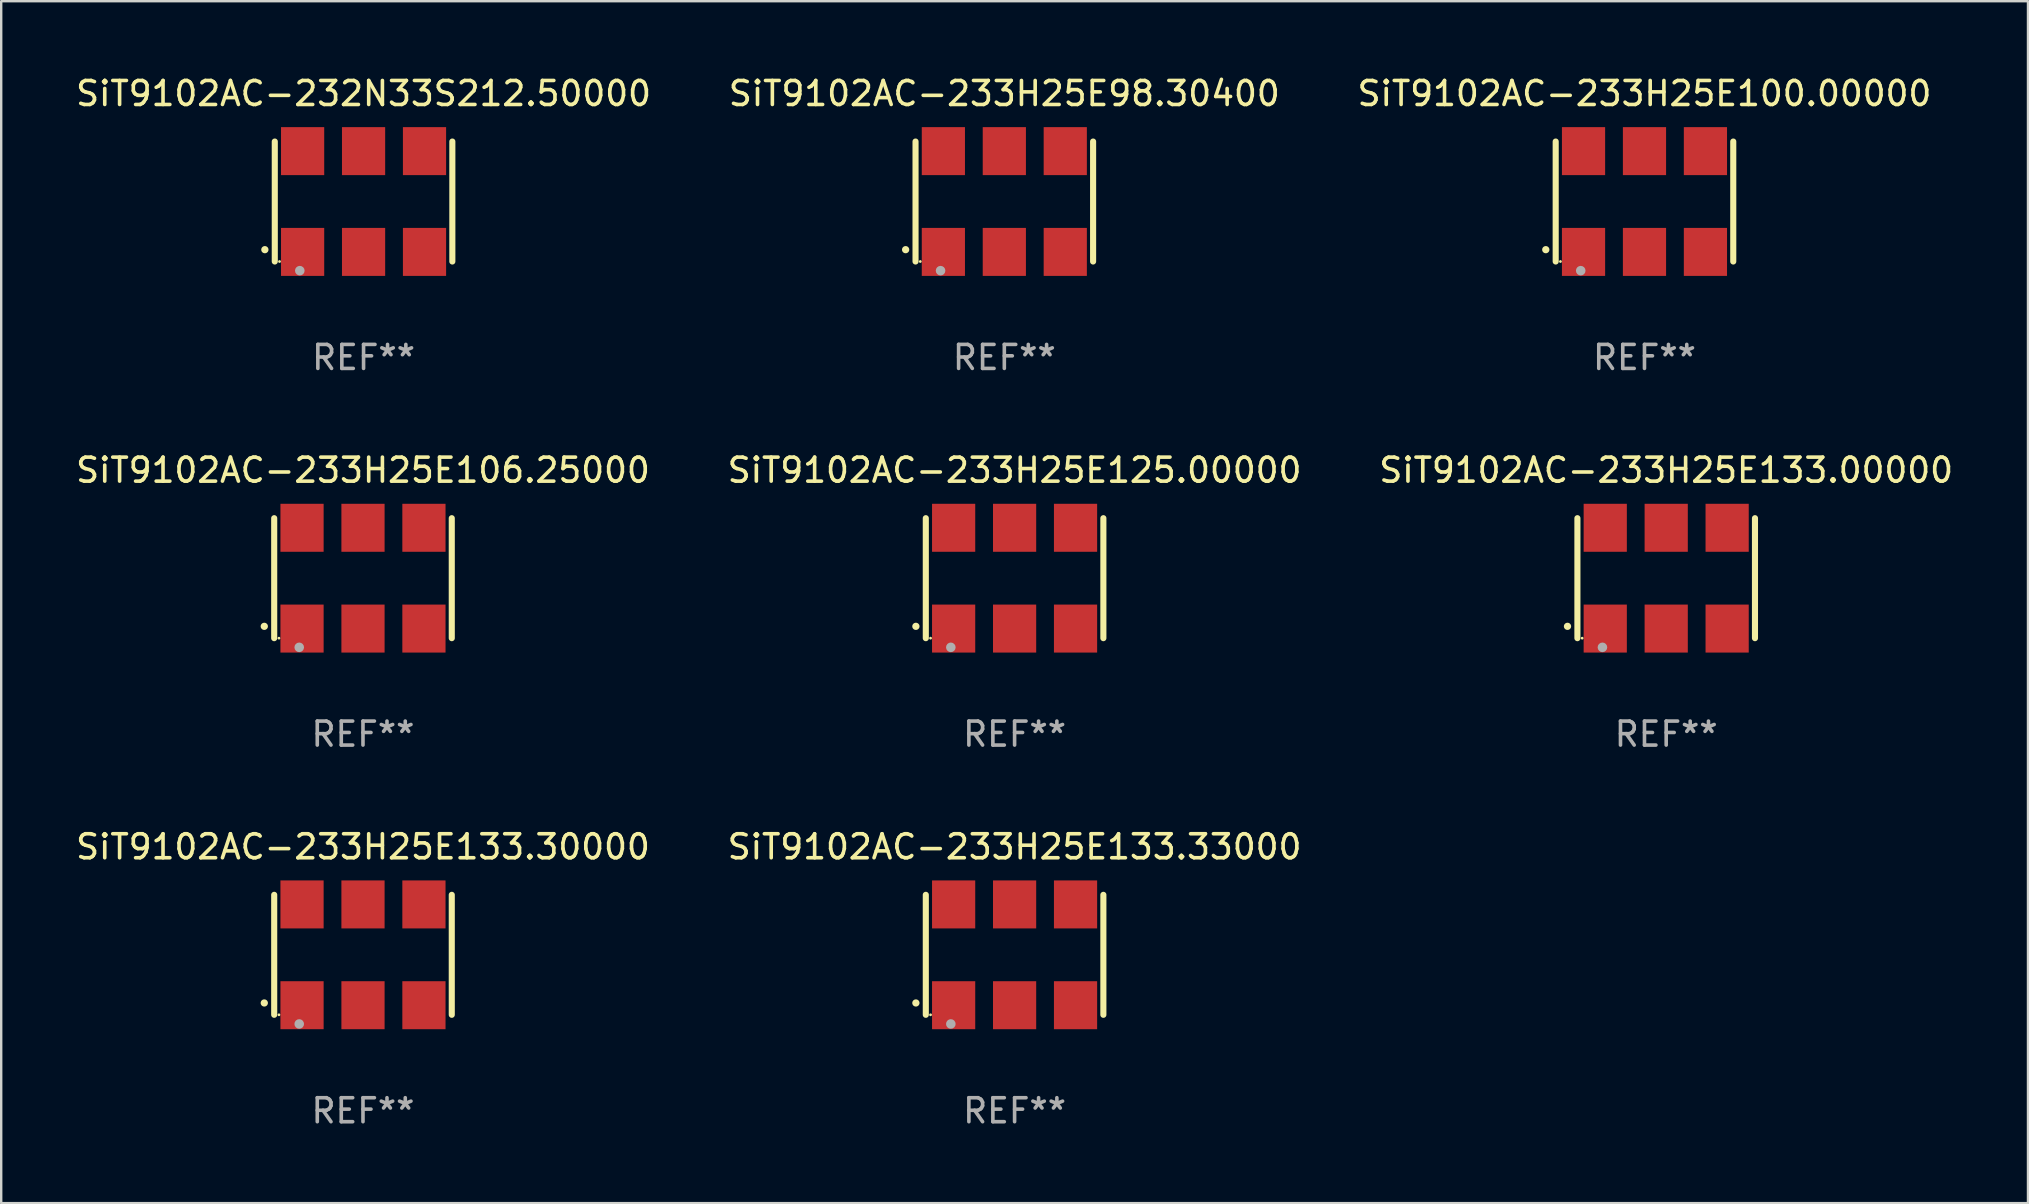
<source format=kicad_pcb>
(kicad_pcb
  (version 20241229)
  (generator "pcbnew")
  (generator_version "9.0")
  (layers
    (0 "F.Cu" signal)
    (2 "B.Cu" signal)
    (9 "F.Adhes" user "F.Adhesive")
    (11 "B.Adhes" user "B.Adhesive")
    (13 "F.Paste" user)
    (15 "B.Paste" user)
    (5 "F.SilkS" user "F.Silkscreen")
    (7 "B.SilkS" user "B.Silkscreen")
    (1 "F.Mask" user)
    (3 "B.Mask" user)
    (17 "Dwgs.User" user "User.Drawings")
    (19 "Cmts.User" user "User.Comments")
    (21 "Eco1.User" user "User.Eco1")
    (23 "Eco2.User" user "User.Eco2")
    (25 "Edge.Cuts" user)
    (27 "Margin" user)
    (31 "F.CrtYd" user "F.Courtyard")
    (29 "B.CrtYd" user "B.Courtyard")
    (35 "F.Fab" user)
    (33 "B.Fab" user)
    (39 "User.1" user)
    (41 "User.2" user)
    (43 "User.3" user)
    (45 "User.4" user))
  (footprint "SiT9102AC-233H25E106.25000"
    (layer "F.Cu")
    (at 12.077 21.045)
    (property "Reference" "SiT9102AC-233H25E106.25000" (at 0 -4.5 0) (layer "F.SilkS") (effects (font (size 1 1) (thickness 0.15))))
    (attr through_hole)
    (fp_line (start -3.7 -2.5) (end -3.7 2.5) (stroke (width 0.254) (type solid)) (layer "F.SilkS"))
    (fp_line (start 3.7 -2.5) (end 3.7 2.5) (stroke (width 0.254) (type solid)) (layer "F.SilkS"))
    (fp_arc (start -4.114415 2.006604) (mid -4.113145 2.006599) (end -4.111875 2.006604) (stroke (width 0.3) (type solid)) (layer "F.SilkS"))
    (fp_circle (center -3.502 2.5) (end -3.472 2.5) (stroke (width 0.06) (type solid)) (fill no) (layer "F.SilkS"))
    (fp_circle (center -2.657 2.882) (end -2.557 2.882) (stroke (width 0.2) (type solid)) (fill no) (layer "F.Fab"))
    (fp_text user "REF**" (at 0 6.5 0) (layer "F.Fab") (effects (font (size 1 1) (thickness 0.15))))
    (pad "1" smd rect (at -2.54 2.1) (size 1.8 2) (layers "F.Cu" "F.Mask" "F.Paste"))
    (pad "2" smd rect (at 0.000394 2.1) (size 1.8 2) (layers "F.Cu" "F.Mask" "F.Paste"))
    (pad "3" smd rect (at 2.54 2.1) (size 1.8 2) (layers "F.Cu" "F.Mask" "F.Paste"))
    (pad "4" smd rect (at 2.54 -2.1) (size 1.8 2) (layers "F.Cu" "F.Mask" "F.Paste"))
    (pad "5" smd rect (at 0.000394 -2.1) (size 1.8 2) (layers "F.Cu" "F.Mask" "F.Paste"))
    (pad "6" smd rect (at -2.54 -2.1) (size 1.8 2) (layers "F.Cu" "F.Mask" "F.Paste")))
  (footprint "SiT9102AC-233H25E100.00000"
    (layer "F.Cu")
    (at 65.482 5.348)
    (property "Reference" "SiT9102AC-233H25E100.00000" (at 0 -4.5 0) (layer "F.SilkS") (effects (font (size 1 1) (thickness 0.15))))
    (attr through_hole)
    (fp_line (start -3.7 -2.5) (end -3.7 2.5) (stroke (width 0.254) (type solid)) (layer "F.SilkS"))
    (fp_line (start 3.7 -2.5) (end 3.7 2.5) (stroke (width 0.254) (type solid)) (layer "F.SilkS"))
    (fp_arc (start -4.114415 2.006604) (mid -4.113145 2.006599) (end -4.111875 2.006604) (stroke (width 0.3) (type solid)) (layer "F.SilkS"))
    (fp_circle (center -3.502 2.5) (end -3.472 2.5) (stroke (width 0.06) (type solid)) (fill no) (layer "F.SilkS"))
    (fp_circle (center -2.657 2.882) (end -2.557 2.882) (stroke (width 0.2) (type solid)) (fill no) (layer "F.Fab"))
    (fp_text user "REF**" (at 0 6.5 0) (layer "F.Fab") (effects (font (size 1 1) (thickness 0.15))))
    (pad "1" smd rect (at -2.54 2.1) (size 1.8 2) (layers "F.Cu" "F.Mask" "F.Paste"))
    (pad "2" smd rect (at 0.000394 2.1) (size 1.8 2) (layers "F.Cu" "F.Mask" "F.Paste"))
    (pad "3" smd rect (at 2.54 2.1) (size 1.8 2) (layers "F.Cu" "F.Mask" "F.Paste"))
    (pad "4" smd rect (at 2.54 -2.1) (size 1.8 2) (layers "F.Cu" "F.Mask" "F.Paste"))
    (pad "5" smd rect (at 0.000394 -2.1) (size 1.8 2) (layers "F.Cu" "F.Mask" "F.Paste"))
    (pad "6" smd rect (at -2.54 -2.1) (size 1.8 2) (layers "F.Cu" "F.Mask" "F.Paste")))
  (footprint "SiT9102AC-233H25E133.30000"
    (layer "F.Cu")
    (at 12.077 36.741)
    (property "Reference" "SiT9102AC-233H25E133.30000" (at 0 -4.5 0) (layer "F.SilkS") (effects (font (size 1 1) (thickness 0.15))))
    (attr through_hole)
    (fp_line (start -3.7 -2.5) (end -3.7 2.5) (stroke (width 0.254) (type solid)) (layer "F.SilkS"))
    (fp_line (start 3.7 -2.5) (end 3.7 2.5) (stroke (width 0.254) (type solid)) (layer "F.SilkS"))
    (fp_arc (start -4.114415 2.006604) (mid -4.113145 2.006599) (end -4.111875 2.006604) (stroke (width 0.3) (type solid)) (layer "F.SilkS"))
    (fp_circle (center -3.502 2.5) (end -3.472 2.5) (stroke (width 0.06) (type solid)) (fill no) (layer "F.SilkS"))
    (fp_circle (center -2.657 2.882) (end -2.557 2.882) (stroke (width 0.2) (type solid)) (fill no) (layer "F.Fab"))
    (fp_text user "REF**" (at 0 6.5 0) (layer "F.Fab") (effects (font (size 1 1) (thickness 0.15))))
    (pad "1" smd rect (at -2.54 2.1) (size 1.8 2) (layers "F.Cu" "F.Mask" "F.Paste"))
    (pad "2" smd rect (at 0.000394 2.1) (size 1.8 2) (layers "F.Cu" "F.Mask" "F.Paste"))
    (pad "3" smd rect (at 2.54 2.1) (size 1.8 2) (layers "F.Cu" "F.Mask" "F.Paste"))
    (pad "4" smd rect (at 2.54 -2.1) (size 1.8 2) (layers "F.Cu" "F.Mask" "F.Paste"))
    (pad "5" smd rect (at 0.000394 -2.1) (size 1.8 2) (layers "F.Cu" "F.Mask" "F.Paste"))
    (pad "6" smd rect (at -2.54 -2.1) (size 1.8 2) (layers "F.Cu" "F.Mask" "F.Paste")))
  (footprint "SiT9102AC-233H25E98.30400"
    (layer "F.Cu")
    (at 38.804 5.348)
    (property "Reference" "SiT9102AC-233H25E98.30400" (at 0 -4.5 0) (layer "F.SilkS") (effects (font (size 1 1) (thickness 0.15))))
    (attr through_hole)
    (fp_line (start -3.7 -2.5) (end -3.7 2.5) (stroke (width 0.254) (type solid)) (layer "F.SilkS"))
    (fp_line (start 3.7 -2.5) (end 3.7 2.5) (stroke (width 0.254) (type solid)) (layer "F.SilkS"))
    (fp_arc (start -4.114415 2.006604) (mid -4.113145 2.006599) (end -4.111875 2.006604) (stroke (width 0.3) (type solid)) (layer "F.SilkS"))
    (fp_circle (center -3.502 2.5) (end -3.472 2.5) (stroke (width 0.06) (type solid)) (fill no) (layer "F.SilkS"))
    (fp_circle (center -2.657 2.882) (end -2.557 2.882) (stroke (width 0.2) (type solid)) (fill no) (layer "F.Fab"))
    (fp_text user "REF**" (at 0 6.5 0) (layer "F.Fab") (effects (font (size 1 1) (thickness 0.15))))
    (pad "1" smd rect (at -2.54 2.1) (size 1.8 2) (layers "F.Cu" "F.Mask" "F.Paste"))
    (pad "2" smd rect (at 0.000394 2.1) (size 1.8 2) (layers "F.Cu" "F.Mask" "F.Paste"))
    (pad "3" smd rect (at 2.54 2.1) (size 1.8 2) (layers "F.Cu" "F.Mask" "F.Paste"))
    (pad "4" smd rect (at 2.54 -2.1) (size 1.8 2) (layers "F.Cu" "F.Mask" "F.Paste"))
    (pad "5" smd rect (at 0.000394 -2.1) (size 1.8 2) (layers "F.Cu" "F.Mask" "F.Paste"))
    (pad "6" smd rect (at -2.54 -2.1) (size 1.8 2) (layers "F.Cu" "F.Mask" "F.Paste")))
  (footprint "SiT9102AC-233H25E125.00000"
    (layer "F.Cu")
    (at 39.232 21.045)
    (property "Reference" "SiT9102AC-233H25E125.00000" (at 0 -4.5 0) (layer "F.SilkS") (effects (font (size 1 1) (thickness 0.15))))
    (attr through_hole)
    (fp_line (start -3.7 -2.5) (end -3.7 2.5) (stroke (width 0.254) (type solid)) (layer "F.SilkS"))
    (fp_line (start 3.7 -2.5) (end 3.7 2.5) (stroke (width 0.254) (type solid)) (layer "F.SilkS"))
    (fp_arc (start -4.114415 2.006604) (mid -4.113145 2.006599) (end -4.111875 2.006604) (stroke (width 0.3) (type solid)) (layer "F.SilkS"))
    (fp_circle (center -3.502 2.5) (end -3.472 2.5) (stroke (width 0.06) (type solid)) (fill no) (layer "F.SilkS"))
    (fp_circle (center -2.657 2.882) (end -2.557 2.882) (stroke (width 0.2) (type solid)) (fill no) (layer "F.Fab"))
    (fp_text user "REF**" (at 0 6.5 0) (layer "F.Fab") (effects (font (size 1 1) (thickness 0.15))))
    (pad "1" smd rect (at -2.54 2.1) (size 1.8 2) (layers "F.Cu" "F.Mask" "F.Paste"))
    (pad "2" smd rect (at 0.000394 2.1) (size 1.8 2) (layers "F.Cu" "F.Mask" "F.Paste"))
    (pad "3" smd rect (at 2.54 2.1) (size 1.8 2) (layers "F.Cu" "F.Mask" "F.Paste"))
    (pad "4" smd rect (at 2.54 -2.1) (size 1.8 2) (layers "F.Cu" "F.Mask" "F.Paste"))
    (pad "5" smd rect (at 0.000394 -2.1) (size 1.8 2) (layers "F.Cu" "F.Mask" "F.Paste"))
    (pad "6" smd rect (at -2.54 -2.1) (size 1.8 2) (layers "F.Cu" "F.Mask" "F.Paste")))
  (footprint "SiT9102AC-233H25E133.00000"
    (layer "F.Cu")
    (at 66.387 21.045)
    (property "Reference" "SiT9102AC-233H25E133.00000" (at 0 -4.5 0) (layer "F.SilkS") (effects (font (size 1 1) (thickness 0.15))))
    (attr through_hole)
    (fp_line (start -3.7 -2.5) (end -3.7 2.5) (stroke (width 0.254) (type solid)) (layer "F.SilkS"))
    (fp_line (start 3.7 -2.5) (end 3.7 2.5) (stroke (width 0.254) (type solid)) (layer "F.SilkS"))
    (fp_arc (start -4.114415 2.006604) (mid -4.113145 2.006599) (end -4.111875 2.006604) (stroke (width 0.3) (type solid)) (layer "F.SilkS"))
    (fp_circle (center -3.502 2.5) (end -3.472 2.5) (stroke (width 0.06) (type solid)) (fill no) (layer "F.SilkS"))
    (fp_circle (center -2.657 2.882) (end -2.557 2.882) (stroke (width 0.2) (type solid)) (fill no) (layer "F.Fab"))
    (fp_text user "REF**" (at 0 6.5 0) (layer "F.Fab") (effects (font (size 1 1) (thickness 0.15))))
    (pad "1" smd rect (at -2.54 2.1) (size 1.8 2) (layers "F.Cu" "F.Mask" "F.Paste"))
    (pad "2" smd rect (at 0.000394 2.1) (size 1.8 2) (layers "F.Cu" "F.Mask" "F.Paste"))
    (pad "3" smd rect (at 2.54 2.1) (size 1.8 2) (layers "F.Cu" "F.Mask" "F.Paste"))
    (pad "4" smd rect (at 2.54 -2.1) (size 1.8 2) (layers "F.Cu" "F.Mask" "F.Paste"))
    (pad "5" smd rect (at 0.000394 -2.1) (size 1.8 2) (layers "F.Cu" "F.Mask" "F.Paste"))
    (pad "6" smd rect (at -2.54 -2.1) (size 1.8 2) (layers "F.Cu" "F.Mask" "F.Paste")))
  (footprint "SiT9102AC-232N33S212.50000"
    (layer "F.Cu")
    (at 12.101 5.348)
    (property "Reference" "SiT9102AC-232N33S212.50000" (at 0 -4.5 0) (layer "F.SilkS") (effects (font (size 1 1) (thickness 0.15))))
    (attr through_hole)
    (fp_line (start -3.7 -2.5) (end -3.7 2.5) (stroke (width 0.254) (type solid)) (layer "F.SilkS"))
    (fp_line (start 3.7 -2.5) (end 3.7 2.5) (stroke (width 0.254) (type solid)) (layer "F.SilkS"))
    (fp_arc (start -4.114415 2.006604) (mid -4.113145 2.006599) (end -4.111875 2.006604) (stroke (width 0.3) (type solid)) (layer "F.SilkS"))
    (fp_circle (center -3.502 2.5) (end -3.472 2.5) (stroke (width 0.06) (type solid)) (fill no) (layer "F.SilkS"))
    (fp_circle (center -2.657 2.882) (end -2.557 2.882) (stroke (width 0.2) (type solid)) (fill no) (layer "F.Fab"))
    (fp_text user "REF**" (at 0 6.5 0) (layer "F.Fab") (effects (font (size 1 1) (thickness 0.15))))
    (pad "1" smd rect (at -2.54 2.1) (size 1.8 2) (layers "F.Cu" "F.Mask" "F.Paste"))
    (pad "2" smd rect (at 0.000394 2.1) (size 1.8 2) (layers "F.Cu" "F.Mask" "F.Paste"))
    (pad "3" smd rect (at 2.54 2.1) (size 1.8 2) (layers "F.Cu" "F.Mask" "F.Paste"))
    (pad "4" smd rect (at 2.54 -2.1) (size 1.8 2) (layers "F.Cu" "F.Mask" "F.Paste"))
    (pad "5" smd rect (at 0.000394 -2.1) (size 1.8 2) (layers "F.Cu" "F.Mask" "F.Paste"))
    (pad "6" smd rect (at -2.54 -2.1) (size 1.8 2) (layers "F.Cu" "F.Mask" "F.Paste")))
  (footprint "SiT9102AC-233H25E133.33000"
    (layer "F.Cu")
    (at 39.232 36.741)
    (property "Reference" "SiT9102AC-233H25E133.33000" (at 0 -4.5 0) (layer "F.SilkS") (effects (font (size 1 1) (thickness 0.15))))
    (attr through_hole)
    (fp_line (start -3.7 -2.5) (end -3.7 2.5) (stroke (width 0.254) (type solid)) (layer "F.SilkS"))
    (fp_line (start 3.7 -2.5) (end 3.7 2.5) (stroke (width 0.254) (type solid)) (layer "F.SilkS"))
    (fp_arc (start -4.114415 2.006604) (mid -4.113145 2.006599) (end -4.111875 2.006604) (stroke (width 0.3) (type solid)) (layer "F.SilkS"))
    (fp_circle (center -3.502 2.5) (end -3.472 2.5) (stroke (width 0.06) (type solid)) (fill no) (layer "F.SilkS"))
    (fp_circle (center -2.657 2.882) (end -2.557 2.882) (stroke (width 0.2) (type solid)) (fill no) (layer "F.Fab"))
    (fp_text user "REF**" (at 0 6.5 0) (layer "F.Fab") (effects (font (size 1 1) (thickness 0.15))))
    (pad "1" smd rect (at -2.54 2.1) (size 1.8 2) (layers "F.Cu" "F.Mask" "F.Paste"))
    (pad "2" smd rect (at 0.000394 2.1) (size 1.8 2) (layers "F.Cu" "F.Mask" "F.Paste"))
    (pad "3" smd rect (at 2.54 2.1) (size 1.8 2) (layers "F.Cu" "F.Mask" "F.Paste"))
    (pad "4" smd rect (at 2.54 -2.1) (size 1.8 2) (layers "F.Cu" "F.Mask" "F.Paste"))
    (pad "5" smd rect (at 0.000394 -2.1) (size 1.8 2) (layers "F.Cu" "F.Mask" "F.Paste"))
    (pad "6" smd rect (at -2.54 -2.1) (size 1.8 2) (layers "F.Cu" "F.Mask" "F.Paste")))
  (gr_rect
    (start -3 -3)
    (end 81.464 47.09)
    (stroke (width 0.1) (type default))
    (fill no)
    (layer "Edge.Cuts")))
</source>
